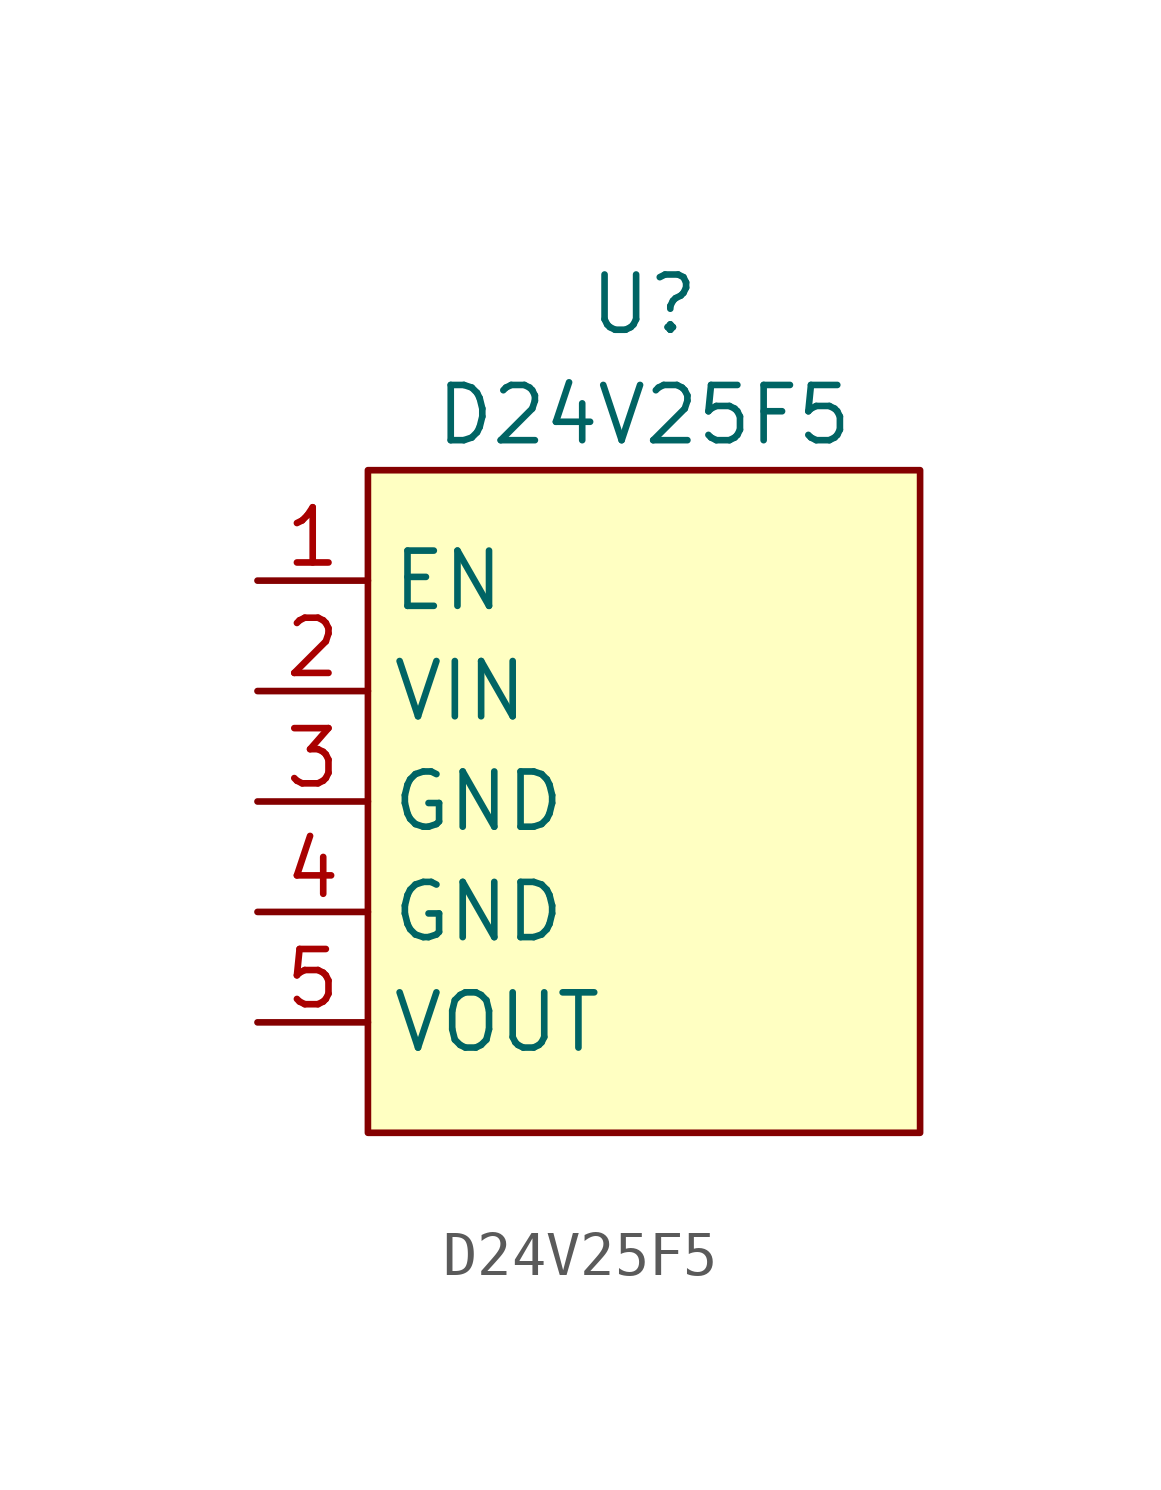
<source format=kicad_sym>
(kicad_symbol_lib
  (version 20211014)
  (generator kicad_symbol_editor)
  (symbol "D24V25F5"
    (property "Reference" "U"
      (at 0 0 0)
      (effects (font (size 1.27 1.27))))
    (property "Value" "D24V25F5"
      (at 0 -2.54 0)
      (effects (font (size 1.27 1.27))))
    (symbol "D24V25F5_0_1"
      (rectangle (start -6.35 -3.81) (end 6.35 -19.05) (stroke (width 0) (type default) (color 0 0 0 0)) (fill (type background))))
    (symbol "D24V25F5_1_1"
      (pin input line (at -8.89 -6.35 0) (length 2.54) (name "EN" (effects (font (size 1.27 1.27)))) (number "1" (effects (font (size 1.27 1.27)))))
      (pin power_in line (at -8.89 -8.89 0) (length 2.54) (name "VIN" (effects (font (size 1.27 1.27)))) (number "2" (effects (font (size 1.27 1.27)))))
      (pin power_in line (at -8.89 -11.43 0) (length 2.54) (name "GND" (effects (font (size 1.27 1.27)))) (number "3" (effects (font (size 1.27 1.27)))))
      (pin power_in line (at -8.89 -13.97 0) (length 2.54) (name "GND" (effects (font (size 1.27 1.27)))) (number "4" (effects (font (size 1.27 1.27)))))
      (pin power_out line (at -8.89 -16.51 0) (length 2.54) (name "VOUT" (effects (font (size 1.27 1.27)))) (number "5" (effects (font (size 1.27 1.27))))))))
</source>
